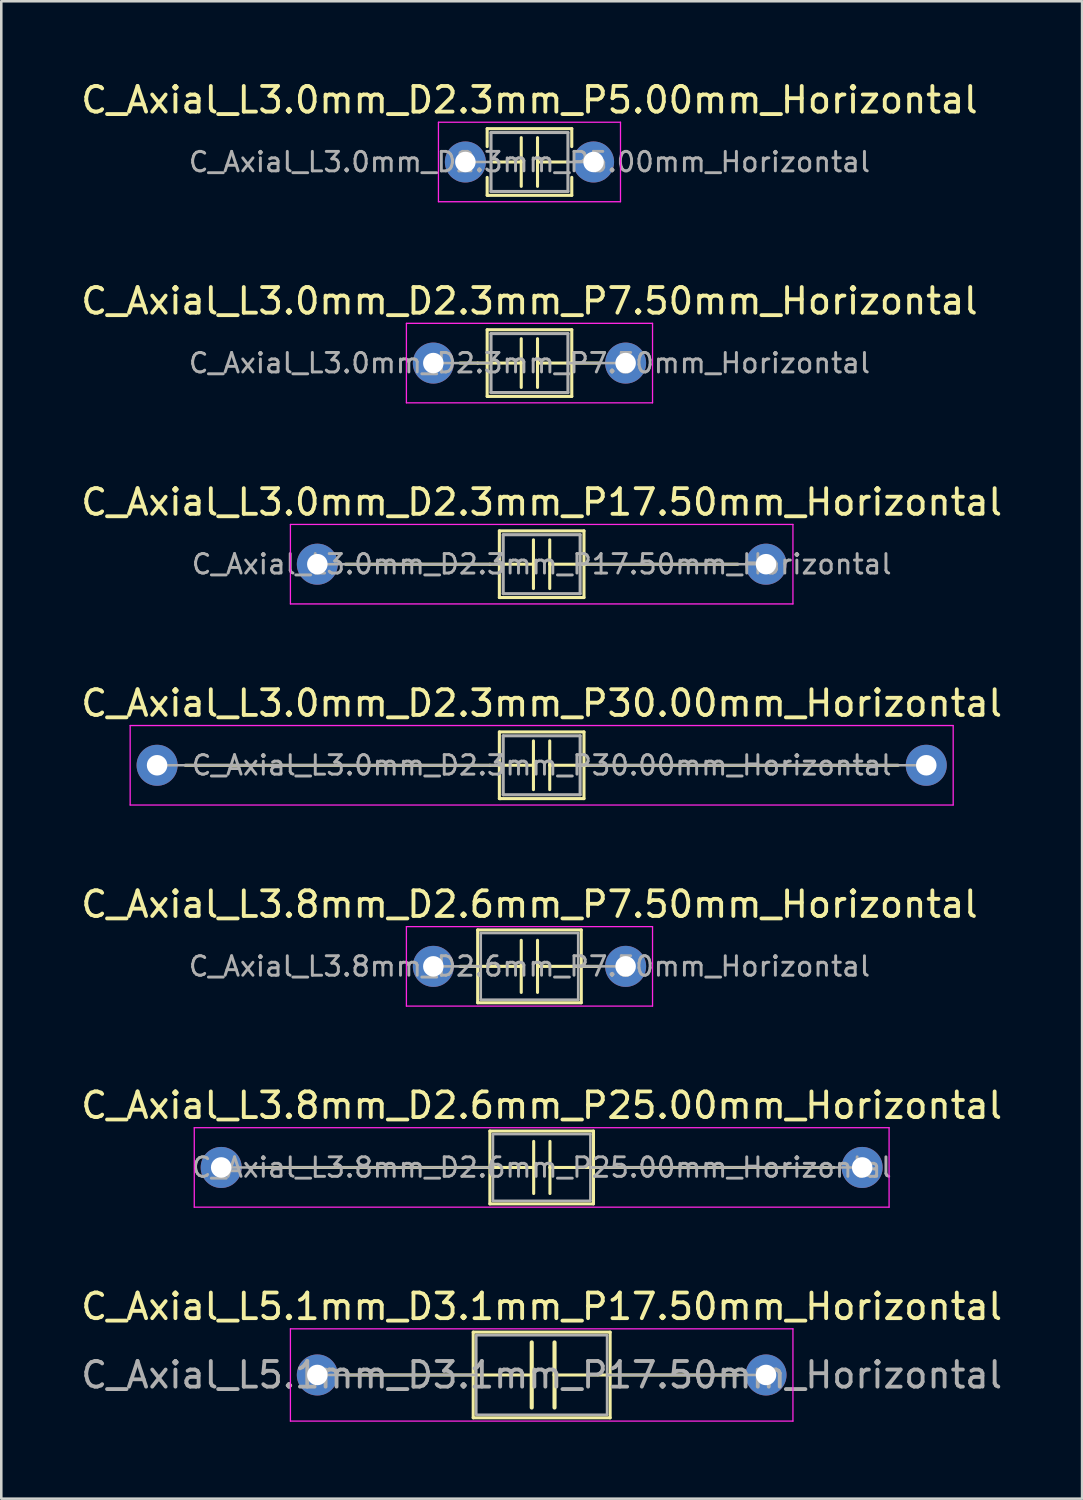
<source format=kicad_pcb>
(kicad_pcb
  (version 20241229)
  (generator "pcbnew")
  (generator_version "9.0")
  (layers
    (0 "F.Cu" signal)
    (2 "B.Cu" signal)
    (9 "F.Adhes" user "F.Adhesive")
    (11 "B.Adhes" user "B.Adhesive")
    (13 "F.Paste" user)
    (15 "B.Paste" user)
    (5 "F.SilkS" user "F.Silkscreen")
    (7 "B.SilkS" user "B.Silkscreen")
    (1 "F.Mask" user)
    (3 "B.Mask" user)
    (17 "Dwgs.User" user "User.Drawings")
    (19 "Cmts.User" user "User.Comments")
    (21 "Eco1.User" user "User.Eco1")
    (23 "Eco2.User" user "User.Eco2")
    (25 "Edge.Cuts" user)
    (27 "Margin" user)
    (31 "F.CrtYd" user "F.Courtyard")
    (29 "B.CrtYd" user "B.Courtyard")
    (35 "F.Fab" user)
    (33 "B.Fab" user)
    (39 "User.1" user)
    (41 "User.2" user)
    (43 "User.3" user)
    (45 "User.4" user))
  (footprint "C_Axial_L3.8mm_D2.6mm_P7.50mm_Horizontal"
    (layer "F.Cu")
    (at 13.851 34.641)
    (property "Reference" "C_Axial_L3.8mm_D2.6mm_P7.50mm_Horizontal" (at 3.75 -2.42 0) (layer "F.SilkS") (effects (font (size 1 1) (thickness 0.15))))
    (attr through_hole)
    (fp_line (start 1.04 0) (end 1.73 0) (stroke (width 0.12) (type solid)) (layer "F.SilkS"))
    (fp_line (start 1.73 -1.42) (end 1.73 1.42) (stroke (width 0.12) (type solid)) (layer "F.SilkS"))
    (fp_line (start 1.73 0) (end 3.429 0) (stroke (width 0.12) (type solid)) (layer "F.SilkS"))
    (fp_line (start 1.73 1.42) (end 5.77 1.42) (stroke (width 0.12) (type solid)) (layer "F.SilkS"))
    (fp_line (start 3.429 0) (end 3.429 -1.016) (stroke (width 0.12) (type solid)) (layer "F.SilkS"))
    (fp_line (start 3.429 0) (end 3.429 1.016) (stroke (width 0.12) (type solid)) (layer "F.SilkS"))
    (fp_line (start 4.064 0) (end 4.064 -1.016) (stroke (width 0.12) (type solid)) (layer "F.SilkS"))
    (fp_line (start 4.064 0) (end 4.064 1.016) (stroke (width 0.12) (type solid)) (layer "F.SilkS"))
    (fp_line (start 5.77 -1.42) (end 1.73 -1.42) (stroke (width 0.12) (type solid)) (layer "F.SilkS"))
    (fp_line (start 5.77 0) (end 4.064 0) (stroke (width 0.12) (type solid)) (layer "F.SilkS"))
    (fp_line (start 5.77 1.42) (end 5.77 -1.42) (stroke (width 0.12) (type solid)) (layer "F.SilkS"))
    (fp_line (start 6.46 0) (end 5.77 0) (stroke (width 0.12) (type solid)) (layer "F.SilkS"))
    (fp_line (start -1.05 -1.55) (end -1.05 1.55) (stroke (width 0.05) (type solid)) (layer "F.CrtYd"))
    (fp_line (start -1.05 1.55) (end 8.55 1.55) (stroke (width 0.05) (type solid)) (layer "F.CrtYd"))
    (fp_line (start 8.55 -1.55) (end -1.05 -1.55) (stroke (width 0.05) (type solid)) (layer "F.CrtYd"))
    (fp_line (start 8.55 1.55) (end 8.55 -1.55) (stroke (width 0.05) (type solid)) (layer "F.CrtYd"))
    (fp_line (start 0 0) (end 1.85 0) (stroke (width 0.1) (type solid)) (layer "F.Fab"))
    (fp_line (start 1.85 -1.3) (end 1.85 1.3) (stroke (width 0.1) (type solid)) (layer "F.Fab"))
    (fp_line (start 1.85 1.3) (end 5.65 1.3) (stroke (width 0.1) (type solid)) (layer "F.Fab"))
    (fp_line (start 5.65 -1.3) (end 1.85 -1.3) (stroke (width 0.1) (type solid)) (layer "F.Fab"))
    (fp_line (start 5.65 1.3) (end 5.65 -1.3) (stroke (width 0.1) (type solid)) (layer "F.Fab"))
    (fp_line (start 7.5 0) (end 5.65 0) (stroke (width 0.1) (type solid)) (layer "F.Fab"))
    (fp_text user "${REFERENCE}" (at 3.75 0 0) (layer "F.Fab") (effects (font (size 0.76 0.76) (thickness 0.114))))
    (pad "1" thru_hole circle (at 0 0) (size 1.6 1.6) (drill 0.8) (layers "*.Cu" "*.Mask"))
    (pad "2" thru_hole oval (at 7.5 0) (size 1.6 1.6) (drill 0.8) (layers "*.Cu" "*.Mask")))
  (footprint "C_Axial_L5.1mm_D3.1mm_P17.50mm_Horizontal"
    (layer "F.Cu")
    (at 9.327 50.578)
    (property "Reference" "C_Axial_L5.1mm_D3.1mm_P17.50mm_Horizontal" (at 8.75 -2.67 0) (layer "F.SilkS") (effects (font (size 1 1) (thickness 0.15))))
    (attr through_hole)
    (fp_line (start 1.1 0) (end 6.08 0) (stroke (width 0.12) (type solid)) (layer "F.SilkS"))
    (fp_line (start 6.08 -1.67) (end 6.08 1.67) (stroke (width 0.12) (type solid)) (layer "F.SilkS"))
    (fp_line (start 6.08 0) (end 8.362 0) (stroke (width 0.12) (type solid)) (layer "F.SilkS"))
    (fp_line (start 6.08 1.67) (end 11.42 1.67) (stroke (width 0.12) (type solid)) (layer "F.SilkS"))
    (fp_line (start 8.362 0) (end 8.362 -1.27) (stroke (width 0.16) (type solid)) (layer "F.SilkS"))
    (fp_line (start 8.362 0) (end 8.362 1.27) (stroke (width 0.16) (type solid)) (layer "F.SilkS"))
    (fp_line (start 9.251 0) (end 9.251 -1.27) (stroke (width 0.16) (type solid)) (layer "F.SilkS"))
    (fp_line (start 9.251 0) (end 9.251 1.27) (stroke (width 0.16) (type solid)) (layer "F.SilkS"))
    (fp_line (start 11.42 -1.67) (end 6.08 -1.67) (stroke (width 0.12) (type solid)) (layer "F.SilkS"))
    (fp_line (start 11.42 1.67) (end 11.42 -1.67) (stroke (width 0.12) (type solid)) (layer "F.SilkS"))
    (fp_line (start 11.43 0) (end 9.251 0) (stroke (width 0.12) (type solid)) (layer "F.SilkS"))
    (fp_line (start 16.4 0) (end 11.42 0) (stroke (width 0.12) (type solid)) (layer "F.SilkS"))
    (fp_line (start -1.05 -1.8) (end -1.05 1.8) (stroke (width 0.05) (type solid)) (layer "F.CrtYd"))
    (fp_line (start -1.05 1.8) (end 18.55 1.8) (stroke (width 0.05) (type solid)) (layer "F.CrtYd"))
    (fp_line (start 18.55 -1.8) (end -1.05 -1.8) (stroke (width 0.05) (type solid)) (layer "F.CrtYd"))
    (fp_line (start 18.55 1.8) (end 18.55 -1.8) (stroke (width 0.05) (type solid)) (layer "F.CrtYd"))
    (fp_line (start 0 0) (end 6.2 0) (stroke (width 0.1) (type solid)) (layer "F.Fab"))
    (fp_line (start 6.2 -1.55) (end 6.2 1.55) (stroke (width 0.1) (type solid)) (layer "F.Fab"))
    (fp_line (start 6.2 1.55) (end 11.3 1.55) (stroke (width 0.1) (type solid)) (layer "F.Fab"))
    (fp_line (start 11.3 -1.55) (end 6.2 -1.55) (stroke (width 0.1) (type solid)) (layer "F.Fab"))
    (fp_line (start 11.3 1.55) (end 11.3 -1.55) (stroke (width 0.1) (type solid)) (layer "F.Fab"))
    (fp_line (start 17.5 0) (end 11.3 0) (stroke (width 0.1) (type solid)) (layer "F.Fab"))
    (fp_text user "${REFERENCE}" (at 8.75 0 0) (layer "F.Fab") (effects (font (size 1 1) (thickness 0.15))))
    (pad "1" thru_hole circle (at 0 0) (size 1.6 1.6) (drill 0.8) (layers "*.Cu" "*.Mask"))
    (pad "2" thru_hole oval (at 17.5 0) (size 1.6 1.6) (drill 0.8) (layers "*.Cu" "*.Mask")))
  (footprint "C_Axial_L3.0mm_D2.3mm_P5.00mm_Horizontal"
    (layer "F.Cu")
    (at 15.101 3.268)
    (property "Reference" "C_Axial_L3.0mm_D2.3mm_P5.00mm_Horizontal" (at 2.5 -2.42 0) (layer "F.SilkS") (effects (font (size 1 1) (thickness 0.15))))
    (attr through_hole)
    (fp_line (start 0.85 -1.3) (end 4.15 -1.3) (stroke (width 0.12) (type solid)) (layer "F.SilkS"))
    (fp_line (start 0.85 -0.6) (end 0.85 -1.3) (stroke (width 0.12) (type solid)) (layer "F.SilkS"))
    (fp_line (start 0.85 1.3) (end 0.85 0.6) (stroke (width 0.12) (type solid)) (layer "F.SilkS"))
    (fp_line (start 0.9 1.3) (end 0.85 1.3) (stroke (width 0.12) (type solid)) (layer "F.SilkS"))
    (fp_line (start 1.1 0) (end 2.179 0) (stroke (width 0.12) (type solid)) (layer "F.SilkS"))
    (fp_line (start 2.179 0) (end 2.179 -0.95) (stroke (width 0.12) (type solid)) (layer "F.SilkS"))
    (fp_line (start 2.179 0) (end 2.179 0.95) (stroke (width 0.12) (type solid)) (layer "F.SilkS"))
    (fp_line (start 2.814 0) (end 2.814 -0.95) (stroke (width 0.12) (type solid)) (layer "F.SilkS"))
    (fp_line (start 2.814 0) (end 2.814 0.95) (stroke (width 0.12) (type solid)) (layer "F.SilkS"))
    (fp_line (start 3.95 0) (end 2.814 0) (stroke (width 0.12) (type solid)) (layer "F.SilkS"))
    (fp_line (start 4.15 -1.3) (end 4.15 -0.6) (stroke (width 0.12) (type solid)) (layer "F.SilkS"))
    (fp_line (start 4.15 0.6) (end 4.15 1.3) (stroke (width 0.12) (type solid)) (layer "F.SilkS"))
    (fp_line (start 4.15 1.3) (end 0.9 1.3) (stroke (width 0.12) (type solid)) (layer "F.SilkS"))
    (fp_line (start -1.05 -1.55) (end -1.05 1.55) (stroke (width 0.05) (type solid)) (layer "F.CrtYd"))
    (fp_line (start -1.05 1.55) (end 6.05 1.55) (stroke (width 0.05) (type solid)) (layer "F.CrtYd"))
    (fp_line (start 6.05 -1.55) (end -1.05 -1.55) (stroke (width 0.05) (type solid)) (layer "F.CrtYd"))
    (fp_line (start 6.05 1.55) (end 6.05 -1.55) (stroke (width 0.05) (type solid)) (layer "F.CrtYd"))
    (fp_line (start 0.05 0) (end 1 0) (stroke (width 0.1) (type solid)) (layer "F.Fab"))
    (fp_line (start 1 -1.15) (end 4 -1.15) (stroke (width 0.12) (type solid)) (layer "F.Fab"))
    (fp_line (start 1 0) (end 1 -1.15) (stroke (width 0.12) (type solid)) (layer "F.Fab"))
    (fp_line (start 1 1.15) (end 1 0) (stroke (width 0.12) (type solid)) (layer "F.Fab"))
    (fp_line (start 4 -1.15) (end 4 0) (stroke (width 0.12) (type solid)) (layer "F.Fab"))
    (fp_line (start 4 0) (end 4 1.15) (stroke (width 0.12) (type solid)) (layer "F.Fab"))
    (fp_line (start 4 1.15) (end 1 1.15) (stroke (width 0.12) (type solid)) (layer "F.Fab"))
    (fp_line (start 5 0) (end 4 0) (stroke (width 0.1) (type solid)) (layer "F.Fab"))
    (fp_text user "${REFERENCE}" (at 2.5 0 0) (layer "F.Fab") (effects (font (size 0.76 0.76) (thickness 0.114))))
    (pad "1" thru_hole circle (at 0 0) (size 1.6 1.6) (drill 0.8) (layers "*.Cu" "*.Mask"))
    (pad "2" thru_hole oval (at 5 0) (size 1.6 1.6) (drill 0.8) (layers "*.Cu" "*.Mask")))
  (footprint "C_Axial_L3.0mm_D2.3mm_P7.50mm_Horizontal"
    (layer "F.Cu")
    (at 13.851 11.111)
    (property "Reference" "C_Axial_L3.0mm_D2.3mm_P7.50mm_Horizontal" (at 3.75 -2.42 0) (layer "F.SilkS") (effects (font (size 1 1) (thickness 0.15))))
    (attr through_hole)
    (fp_line (start 1.04 0) (end 1.73 0) (stroke (width 0.12) (type solid)) (layer "F.SilkS"))
    (fp_line (start 1.73 0) (end 3.429 0) (stroke (width 0.12) (type solid)) (layer "F.SilkS"))
    (fp_line (start 2.1 -1.3) (end 5.4 -1.3) (stroke (width 0.12) (type solid)) (layer "F.SilkS"))
    (fp_line (start 2.1 1.3) (end 2.1 -1.3) (stroke (width 0.12) (type solid)) (layer "F.SilkS"))
    (fp_line (start 2.15 1.3) (end 2.1 1.3) (stroke (width 0.12) (type solid)) (layer "F.SilkS"))
    (fp_line (start 3.429 0) (end 3.429 -0.95) (stroke (width 0.12) (type solid)) (layer "F.SilkS"))
    (fp_line (start 3.429 0) (end 3.429 0.95) (stroke (width 0.12) (type solid)) (layer "F.SilkS"))
    (fp_line (start 4.064 0) (end 4.064 -0.95) (stroke (width 0.12) (type solid)) (layer "F.SilkS"))
    (fp_line (start 4.064 0) (end 4.064 0.95) (stroke (width 0.12) (type solid)) (layer "F.SilkS"))
    (fp_line (start 5.4 -1.3) (end 5.4 0) (stroke (width 0.12) (type solid)) (layer "F.SilkS"))
    (fp_line (start 5.4 0) (end 5.4 1.3) (stroke (width 0.12) (type solid)) (layer "F.SilkS"))
    (fp_line (start 5.4 1.3) (end 2.15 1.3) (stroke (width 0.12) (type solid)) (layer "F.SilkS"))
    (fp_line (start 5.461 0) (end 4.064 0) (stroke (width 0.12) (type solid)) (layer "F.SilkS"))
    (fp_line (start 6.46 0) (end 5.461 0) (stroke (width 0.12) (type solid)) (layer "F.SilkS"))
    (fp_line (start -1.05 -1.55) (end -1.05 1.55) (stroke (width 0.05) (type solid)) (layer "F.CrtYd"))
    (fp_line (start -1.05 1.55) (end 8.55 1.55) (stroke (width 0.05) (type solid)) (layer "F.CrtYd"))
    (fp_line (start 8.55 -1.55) (end -1.05 -1.55) (stroke (width 0.05) (type solid)) (layer "F.CrtYd"))
    (fp_line (start 8.55 1.55) (end 8.55 -1.55) (stroke (width 0.05) (type solid)) (layer "F.CrtYd"))
    (fp_line (start 0 0) (end 2.25 0) (stroke (width 0.1) (type solid)) (layer "F.Fab"))
    (fp_line (start 2.25 -1.15) (end 5.25 -1.15) (stroke (width 0.12) (type solid)) (layer "F.Fab"))
    (fp_line (start 2.25 0) (end 2.25 -1.15) (stroke (width 0.12) (type solid)) (layer "F.Fab"))
    (fp_line (start 2.25 1.15) (end 2.25 0) (stroke (width 0.12) (type solid)) (layer "F.Fab"))
    (fp_line (start 5.25 -1.15) (end 5.25 0) (stroke (width 0.12) (type solid)) (layer "F.Fab"))
    (fp_line (start 5.25 0) (end 5.25 1.15) (stroke (width 0.12) (type solid)) (layer "F.Fab"))
    (fp_line (start 5.25 1.15) (end 2.25 1.15) (stroke (width 0.12) (type solid)) (layer "F.Fab"))
    (fp_line (start 7.5 0) (end 5.25 0) (stroke (width 0.1) (type solid)) (layer "F.Fab"))
    (fp_text user "${REFERENCE}" (at 3.75 0 0) (layer "F.Fab") (effects (font (size 0.76 0.76) (thickness 0.114))))
    (pad "1" thru_hole circle (at 0 0) (size 1.6 1.6) (drill 0.8) (layers "*.Cu" "*.Mask"))
    (pad "2" thru_hole oval (at 7.5 0) (size 1.6 1.6) (drill 0.8) (layers "*.Cu" "*.Mask")))
  (footprint "C_Axial_L3.8mm_D2.6mm_P25.00mm_Horizontal"
    (layer "F.Cu")
    (at 5.577 42.484)
    (property "Reference" "C_Axial_L3.8mm_D2.6mm_P25.00mm_Horizontal" (at 12.5 -2.42 0) (layer "F.SilkS") (effects (font (size 1 1) (thickness 0.15))))
    (fp_line (start 1.1 0) (end 10.48 0) (stroke (width 0.12) (type solid)) (layer "F.SilkS"))
    (fp_line (start 10.48 -1.42) (end 10.48 1.42) (stroke (width 0.12) (type solid)) (layer "F.SilkS"))
    (fp_line (start 10.48 0) (end 12.188 0) (stroke (width 0.12) (type solid)) (layer "F.SilkS"))
    (fp_line (start 10.48 1.42) (end 14.52 1.42) (stroke (width 0.12) (type solid)) (layer "F.SilkS"))
    (fp_line (start 12.188 0) (end 12.188 -1.016) (stroke (width 0.12) (type solid)) (layer "F.SilkS"))
    (fp_line (start 12.188 0) (end 12.188 1.016) (stroke (width 0.12) (type solid)) (layer "F.SilkS"))
    (fp_line (start 12.823 0) (end 12.823 -1.016) (stroke (width 0.12) (type solid)) (layer "F.SilkS"))
    (fp_line (start 12.823 0) (end 12.823 1.016) (stroke (width 0.12) (type solid)) (layer "F.SilkS"))
    (fp_line (start 14.52 -1.42) (end 10.48 -1.42) (stroke (width 0.12) (type solid)) (layer "F.SilkS"))
    (fp_line (start 14.52 0) (end 12.823 0) (stroke (width 0.12) (type solid)) (layer "F.SilkS"))
    (fp_line (start 14.52 1.42) (end 14.52 -1.42) (stroke (width 0.12) (type solid)) (layer "F.SilkS"))
    (fp_line (start 23.9 0) (end 14.52 0) (stroke (width 0.12) (type solid)) (layer "F.SilkS"))
    (fp_line (start -1.05 -1.55) (end -1.05 1.55) (stroke (width 0.05) (type solid)) (layer "F.CrtYd"))
    (fp_line (start -1.05 1.55) (end 26.05 1.55) (stroke (width 0.05) (type solid)) (layer "F.CrtYd"))
    (fp_line (start 26.05 -1.55) (end -1.05 -1.55) (stroke (width 0.05) (type solid)) (layer "F.CrtYd"))
    (fp_line (start 26.05 1.55) (end 26.05 -1.55) (stroke (width 0.05) (type solid)) (layer "F.CrtYd"))
    (fp_line (start 0 0) (end 10.6 0) (stroke (width 0.1) (type solid)) (layer "F.Fab"))
    (fp_line (start 10.6 -1.3) (end 10.6 1.3) (stroke (width 0.1) (type solid)) (layer "F.Fab"))
    (fp_line (start 10.6 1.3) (end 14.4 1.3) (stroke (width 0.1) (type solid)) (layer "F.Fab"))
    (fp_line (start 14.4 -1.3) (end 10.6 -1.3) (stroke (width 0.1) (type solid)) (layer "F.Fab"))
    (fp_line (start 14.4 1.3) (end 14.4 -1.3) (stroke (width 0.1) (type solid)) (layer "F.Fab"))
    (fp_line (start 25 0) (end 14.4 0) (stroke (width 0.1) (type solid)) (layer "F.Fab"))
    (fp_text user "${REFERENCE}" (at 12.5 0 0) (layer "F.Fab") (effects (font (size 0.76 0.76) (thickness 0.114))))
    (pad "1" thru_hole circle (at 0 0) (size 1.6 1.6) (drill 0.8) (layers "*.Cu" "*.Mask"))
    (pad "2" thru_hole oval (at 25 0) (size 1.6 1.6) (drill 0.8) (layers "*.Cu" "*.Mask")))
  (footprint "C_Axial_L3.0mm_D2.3mm_P30.00mm_Horizontal"
    (layer "F.Cu")
    (at 3.077 26.798)
    (property "Reference" "C_Axial_L3.0mm_D2.3mm_P30.00mm_Horizontal" (at 15 -2.42 0) (layer "F.SilkS") (effects (font (size 1 1) (thickness 0.15))))
    (fp_line (start 1.1 0) (end 12.98 0) (stroke (width 0.12) (type solid)) (layer "F.SilkS"))
    (fp_line (start 12.98 0) (end 14.679 0) (stroke (width 0.12) (type solid)) (layer "F.SilkS"))
    (fp_line (start 13.35 -1.3) (end 16.65 -1.3) (stroke (width 0.12) (type solid)) (layer "F.SilkS"))
    (fp_line (start 13.35 1.3) (end 13.35 -1.3) (stroke (width 0.12) (type solid)) (layer "F.SilkS"))
    (fp_line (start 13.4 1.3) (end 13.35 1.3) (stroke (width 0.12) (type solid)) (layer "F.SilkS"))
    (fp_line (start 14.679 0) (end 14.679 -0.95) (stroke (width 0.12) (type solid)) (layer "F.SilkS"))
    (fp_line (start 14.679 0) (end 14.679 0.95) (stroke (width 0.12) (type solid)) (layer "F.SilkS"))
    (fp_line (start 15.314 0) (end 15.314 -0.95) (stroke (width 0.12) (type solid)) (layer "F.SilkS"))
    (fp_line (start 15.314 0) (end 15.314 0.95) (stroke (width 0.12) (type solid)) (layer "F.SilkS"))
    (fp_line (start 16.65 -1.3) (end 16.65 0) (stroke (width 0.12) (type solid)) (layer "F.SilkS"))
    (fp_line (start 16.65 0) (end 16.65 1.3) (stroke (width 0.12) (type solid)) (layer "F.SilkS"))
    (fp_line (start 16.65 1.3) (end 13.4 1.3) (stroke (width 0.12) (type solid)) (layer "F.SilkS"))
    (fp_line (start 16.711 0) (end 15.314 0) (stroke (width 0.12) (type solid)) (layer "F.SilkS"))
    (fp_line (start 28.9 0) (end 16.711 0) (stroke (width 0.12) (type solid)) (layer "F.SilkS"))
    (fp_line (start -1.05 -1.55) (end -1.05 1.55) (stroke (width 0.05) (type solid)) (layer "F.CrtYd"))
    (fp_line (start -1.05 1.55) (end 31.05 1.55) (stroke (width 0.05) (type solid)) (layer "F.CrtYd"))
    (fp_line (start 31.05 -1.55) (end -1.05 -1.55) (stroke (width 0.05) (type solid)) (layer "F.CrtYd"))
    (fp_line (start 31.05 1.55) (end 31.05 -1.55) (stroke (width 0.05) (type solid)) (layer "F.CrtYd"))
    (fp_line (start 0 0) (end 13.5 0) (stroke (width 0.1) (type solid)) (layer "F.Fab"))
    (fp_line (start 13.5 -1.15) (end 16.5 -1.15) (stroke (width 0.12) (type solid)) (layer "F.Fab"))
    (fp_line (start 13.5 0) (end 13.5 -1.15) (stroke (width 0.12) (type solid)) (layer "F.Fab"))
    (fp_line (start 13.5 1.15) (end 13.5 0) (stroke (width 0.12) (type solid)) (layer "F.Fab"))
    (fp_line (start 16.5 -1.15) (end 16.5 0) (stroke (width 0.12) (type solid)) (layer "F.Fab"))
    (fp_line (start 16.5 0) (end 16.5 1.15) (stroke (width 0.12) (type solid)) (layer "F.Fab"))
    (fp_line (start 16.5 1.15) (end 13.5 1.15) (stroke (width 0.12) (type solid)) (layer "F.Fab"))
    (fp_line (start 30 0) (end 16.5 0) (stroke (width 0.1) (type solid)) (layer "F.Fab"))
    (fp_text user "${REFERENCE}" (at 15 0 0) (layer "F.Fab") (effects (font (size 0.76 0.76) (thickness 0.114))))
    (pad "1" thru_hole circle (at 0 0) (size 1.6 1.6) (drill 0.8) (layers "*.Cu" "*.Mask"))
    (pad "2" thru_hole oval (at 30 0) (size 1.6 1.6) (drill 0.8) (layers "*.Cu" "*.Mask")))
  (footprint "C_Axial_L3.0mm_D2.3mm_P17.50mm_Horizontal"
    (layer "F.Cu")
    (at 9.327 18.955)
    (property "Reference" "C_Axial_L3.0mm_D2.3mm_P17.50mm_Horizontal" (at 8.75 -2.42 0) (layer "F.SilkS") (effects (font (size 1 1) (thickness 0.15))))
    (fp_line (start 1.1 0) (end 6.73 0) (stroke (width 0.12) (type solid)) (layer "F.SilkS"))
    (fp_line (start 6.73 0) (end 8.429 0) (stroke (width 0.12) (type solid)) (layer "F.SilkS"))
    (fp_line (start 7.1 -1.3) (end 10.4 -1.3) (stroke (width 0.12) (type solid)) (layer "F.SilkS"))
    (fp_line (start 7.1 1.3) (end 7.1 -1.3) (stroke (width 0.12) (type solid)) (layer "F.SilkS"))
    (fp_line (start 7.15 1.3) (end 7.1 1.3) (stroke (width 0.12) (type solid)) (layer "F.SilkS"))
    (fp_line (start 8.429 0) (end 8.429 -0.95) (stroke (width 0.12) (type solid)) (layer "F.SilkS"))
    (fp_line (start 8.429 0) (end 8.429 0.95) (stroke (width 0.12) (type solid)) (layer "F.SilkS"))
    (fp_line (start 9.064 0) (end 9.064 -0.95) (stroke (width 0.12) (type solid)) (layer "F.SilkS"))
    (fp_line (start 9.064 0) (end 9.064 0.95) (stroke (width 0.12) (type solid)) (layer "F.SilkS"))
    (fp_line (start 10.4 -1.3) (end 10.4 0) (stroke (width 0.12) (type solid)) (layer "F.SilkS"))
    (fp_line (start 10.4 0) (end 10.4 1.3) (stroke (width 0.12) (type solid)) (layer "F.SilkS"))
    (fp_line (start 10.4 1.3) (end 7.15 1.3) (stroke (width 0.12) (type solid)) (layer "F.SilkS"))
    (fp_line (start 10.461 0) (end 9.064 0) (stroke (width 0.12) (type solid)) (layer "F.SilkS"))
    (fp_line (start 16.4 0) (end 10.461 0) (stroke (width 0.12) (type solid)) (layer "F.SilkS"))
    (fp_line (start -1.05 -1.55) (end -1.05 1.55) (stroke (width 0.05) (type solid)) (layer "F.CrtYd"))
    (fp_line (start -1.05 1.55) (end 18.55 1.55) (stroke (width 0.05) (type solid)) (layer "F.CrtYd"))
    (fp_line (start 18.55 -1.55) (end -1.05 -1.55) (stroke (width 0.05) (type solid)) (layer "F.CrtYd"))
    (fp_line (start 18.55 1.55) (end 18.55 -1.55) (stroke (width 0.05) (type solid)) (layer "F.CrtYd"))
    (fp_line (start 0 0) (end 7.25 0) (stroke (width 0.1) (type solid)) (layer "F.Fab"))
    (fp_line (start 7.25 -1.15) (end 10.25 -1.15) (stroke (width 0.12) (type solid)) (layer "F.Fab"))
    (fp_line (start 7.25 0) (end 7.25 -1.15) (stroke (width 0.12) (type solid)) (layer "F.Fab"))
    (fp_line (start 7.25 1.15) (end 7.25 0) (stroke (width 0.12) (type solid)) (layer "F.Fab"))
    (fp_line (start 10.25 -1.15) (end 10.25 0) (stroke (width 0.12) (type solid)) (layer "F.Fab"))
    (fp_line (start 10.25 0) (end 10.25 1.15) (stroke (width 0.12) (type solid)) (layer "F.Fab"))
    (fp_line (start 10.25 1.15) (end 7.25 1.15) (stroke (width 0.12) (type solid)) (layer "F.Fab"))
    (fp_line (start 17.5 0) (end 10.25 0) (stroke (width 0.1) (type solid)) (layer "F.Fab"))
    (fp_text user "${REFERENCE}" (at 8.75 0 0) (layer "F.Fab") (effects (font (size 0.76 0.76) (thickness 0.114))))
    (pad "1" thru_hole circle (at 0 0) (size 1.6 1.6) (drill 0.8) (layers "*.Cu" "*.Mask"))
    (pad "2" thru_hole oval (at 17.5 0) (size 1.6 1.6) (drill 0.8) (layers "*.Cu" "*.Mask")))
  (gr_rect
    (start -3 -3)
    (end 39.155 55.403)
    (stroke (width 0.1) (type default))
    (fill no)
    (layer "Edge.Cuts")))
</source>
